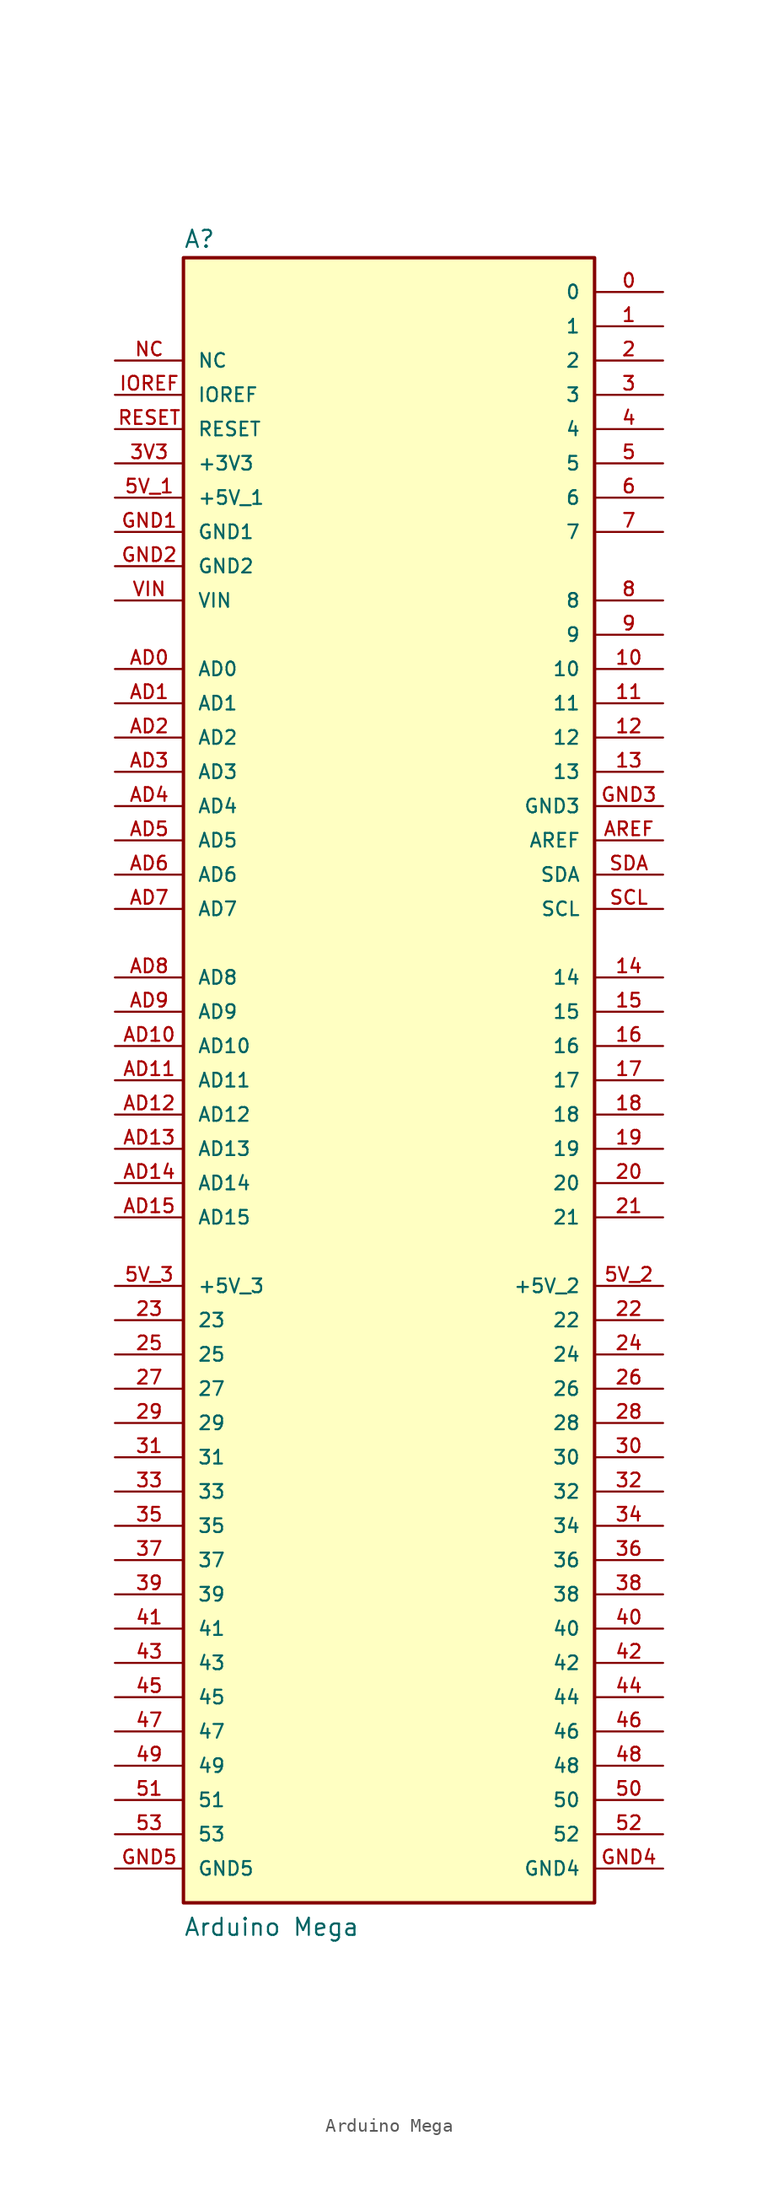
<source format=kicad_sym>
(kicad_symbol_lib
  (version 20220914)
  (generator kicad_symbol_editor)
  (symbol "Arduino Mega"
    (pin_names
      (offset 1.016))
    (property "Reference" "A"
      (at -15.24 61.595 0)
      (effects (font (size 1.27 1.27)) (justify left bottom)))
    (property "Value" "Arduino Mega"
      (at -15.24 -63.5 0)
      (effects (font (size 1.27 1.27)) (justify left bottom)))
    (symbol "Arduino Mega_0_0"
      (rectangle (start 15.24 -60.96) (end -15.24 60.96) (stroke (width 0.254) (type default)) (fill (type background)))
      (pin passive line (at 20.32 58.42 180) (length 5.08) (name "0" (effects (font (size 1.016 1.016)))) (number "0" (effects (font (size 1.016 1.016)))))
      (pin passive line (at 20.32 55.88 180) (length 5.08) (name "1" (effects (font (size 1.016 1.016)))) (number "1" (effects (font (size 1.016 1.016)))))
      (pin passive line (at 20.32 30.48 180) (length 5.08) (name "10" (effects (font (size 1.016 1.016)))) (number "10" (effects (font (size 1.016 1.016)))))
      (pin passive line (at 20.32 27.94 180) (length 5.08) (name "11" (effects (font (size 1.016 1.016)))) (number "11" (effects (font (size 1.016 1.016)))))
      (pin passive line (at 20.32 25.4 180) (length 5.08) (name "12" (effects (font (size 1.016 1.016)))) (number "12" (effects (font (size 1.016 1.016)))))
      (pin passive line (at 20.32 22.86 180) (length 5.08) (name "13" (effects (font (size 1.016 1.016)))) (number "13" (effects (font (size 1.016 1.016)))))
      (pin passive line (at 20.32 7.62 180) (length 5.08) (name "14" (effects (font (size 1.016 1.016)))) (number "14" (effects (font (size 1.016 1.016)))))
      (pin passive line (at 20.32 5.08 180) (length 5.08) (name "15" (effects (font (size 1.016 1.016)))) (number "15" (effects (font (size 1.016 1.016)))))
      (pin passive line (at 20.32 2.54 180) (length 5.08) (name "16" (effects (font (size 1.016 1.016)))) (number "16" (effects (font (size 1.016 1.016)))))
      (pin passive line (at 20.32 0 180) (length 5.08) (name "17" (effects (font (size 1.016 1.016)))) (number "17" (effects (font (size 1.016 1.016)))))
      (pin passive line (at 20.32 -2.54 180) (length 5.08) (name "18" (effects (font (size 1.016 1.016)))) (number "18" (effects (font (size 1.016 1.016)))))
      (pin passive line (at 20.32 -5.08 180) (length 5.08) (name "19" (effects (font (size 1.016 1.016)))) (number "19" (effects (font (size 1.016 1.016)))))
      (pin passive line (at 20.32 53.34 180) (length 5.08) (name "2" (effects (font (size 1.016 1.016)))) (number "2" (effects (font (size 1.016 1.016)))))
      (pin passive line (at 20.32 -7.62 180) (length 5.08) (name "20" (effects (font (size 1.016 1.016)))) (number "20" (effects (font (size 1.016 1.016)))))
      (pin passive line (at 20.32 -10.16 180) (length 5.08) (name "21" (effects (font (size 1.016 1.016)))) (number "21" (effects (font (size 1.016 1.016)))))
      (pin passive line (at 20.32 -17.78 180) (length 5.08) (name "22" (effects (font (size 1.016 1.016)))) (number "22" (effects (font (size 1.016 1.016)))))
      (pin passive line (at -20.32 -17.78 0) (length 5.08) (name "23" (effects (font (size 1.016 1.016)))) (number "23" (effects (font (size 1.016 1.016)))))
      (pin passive line (at 20.32 -20.32 180) (length 5.08) (name "24" (effects (font (size 1.016 1.016)))) (number "24" (effects (font (size 1.016 1.016)))))
      (pin passive line (at -20.32 -20.32 0) (length 5.08) (name "25" (effects (font (size 1.016 1.016)))) (number "25" (effects (font (size 1.016 1.016)))))
      (pin passive line (at 20.32 -22.86 180) (length 5.08) (name "26" (effects (font (size 1.016 1.016)))) (number "26" (effects (font (size 1.016 1.016)))))
      (pin passive line (at -20.32 -22.86 0) (length 5.08) (name "27" (effects (font (size 1.016 1.016)))) (number "27" (effects (font (size 1.016 1.016)))))
      (pin passive line (at 20.32 -25.4 180) (length 5.08) (name "28" (effects (font (size 1.016 1.016)))) (number "28" (effects (font (size 1.016 1.016)))))
      (pin passive line (at -20.32 -25.4 0) (length 5.08) (name "29" (effects (font (size 1.016 1.016)))) (number "29" (effects (font (size 1.016 1.016)))))
      (pin passive line (at 20.32 50.8 180) (length 5.08) (name "3" (effects (font (size 1.016 1.016)))) (number "3" (effects (font (size 1.016 1.016)))))
      (pin passive line (at 20.32 -27.94 180) (length 5.08) (name "30" (effects (font (size 1.016 1.016)))) (number "30" (effects (font (size 1.016 1.016)))))
      (pin passive line (at -20.32 -27.94 0) (length 5.08) (name "31" (effects (font (size 1.016 1.016)))) (number "31" (effects (font (size 1.016 1.016)))))
      (pin passive line (at 20.32 -30.48 180) (length 5.08) (name "32" (effects (font (size 1.016 1.016)))) (number "32" (effects (font (size 1.016 1.016)))))
      (pin passive line (at -20.32 -30.48 0) (length 5.08) (name "33" (effects (font (size 1.016 1.016)))) (number "33" (effects (font (size 1.016 1.016)))))
      (pin passive line (at 20.32 -33.02 180) (length 5.08) (name "34" (effects (font (size 1.016 1.016)))) (number "34" (effects (font (size 1.016 1.016)))))
      (pin passive line (at -20.32 -33.02 0) (length 5.08) (name "35" (effects (font (size 1.016 1.016)))) (number "35" (effects (font (size 1.016 1.016)))))
      (pin passive line (at 20.32 -35.56 180) (length 5.08) (name "36" (effects (font (size 1.016 1.016)))) (number "36" (effects (font (size 1.016 1.016)))))
      (pin passive line (at -20.32 -35.56 0) (length 5.08) (name "37" (effects (font (size 1.016 1.016)))) (number "37" (effects (font (size 1.016 1.016)))))
      (pin passive line (at 20.32 -38.1 180) (length 5.08) (name "38" (effects (font (size 1.016 1.016)))) (number "38" (effects (font (size 1.016 1.016)))))
      (pin passive line (at -20.32 -38.1 0) (length 5.08) (name "39" (effects (font (size 1.016 1.016)))) (number "39" (effects (font (size 1.016 1.016)))))
      (pin passive line (at -20.32 45.72 0) (length 5.08) (name "+3V3" (effects (font (size 1.016 1.016)))) (number "3V3" (effects (font (size 1.016 1.016)))))
      (pin passive line (at 20.32 48.26 180) (length 5.08) (name "4" (effects (font (size 1.016 1.016)))) (number "4" (effects (font (size 1.016 1.016)))))
      (pin passive line (at 20.32 -40.64 180) (length 5.08) (name "40" (effects (font (size 1.016 1.016)))) (number "40" (effects (font (size 1.016 1.016)))))
      (pin passive line (at -20.32 -40.64 0) (length 5.08) (name "41" (effects (font (size 1.016 1.016)))) (number "41" (effects (font (size 1.016 1.016)))))
      (pin passive line (at 20.32 -43.18 180) (length 5.08) (name "42" (effects (font (size 1.016 1.016)))) (number "42" (effects (font (size 1.016 1.016)))))
      (pin passive line (at -20.32 -43.18 0) (length 5.08) (name "43" (effects (font (size 1.016 1.016)))) (number "43" (effects (font (size 1.016 1.016)))))
      (pin passive line (at 20.32 -45.72 180) (length 5.08) (name "44" (effects (font (size 1.016 1.016)))) (number "44" (effects (font (size 1.016 1.016)))))
      (pin passive line (at -20.32 -45.72 0) (length 5.08) (name "45" (effects (font (size 1.016 1.016)))) (number "45" (effects (font (size 1.016 1.016)))))
      (pin passive line (at 20.32 -48.26 180) (length 5.08) (name "46" (effects (font (size 1.016 1.016)))) (number "46" (effects (font (size 1.016 1.016)))))
      (pin passive line (at -20.32 -48.26 0) (length 5.08) (name "47" (effects (font (size 1.016 1.016)))) (number "47" (effects (font (size 1.016 1.016)))))
      (pin passive line (at 20.32 -50.8 180) (length 5.08) (name "48" (effects (font (size 1.016 1.016)))) (number "48" (effects (font (size 1.016 1.016)))))
      (pin passive line (at -20.32 -50.8 0) (length 5.08) (name "49" (effects (font (size 1.016 1.016)))) (number "49" (effects (font (size 1.016 1.016)))))
      (pin passive line (at 20.32 45.72 180) (length 5.08) (name "5" (effects (font (size 1.016 1.016)))) (number "5" (effects (font (size 1.016 1.016)))))
      (pin passive line (at 20.32 -53.34 180) (length 5.08) (name "50" (effects (font (size 1.016 1.016)))) (number "50" (effects (font (size 1.016 1.016)))))
      (pin passive line (at -20.32 -53.34 0) (length 5.08) (name "51" (effects (font (size 1.016 1.016)))) (number "51" (effects (font (size 1.016 1.016)))))
      (pin passive line (at 20.32 -55.88 180) (length 5.08) (name "52" (effects (font (size 1.016 1.016)))) (number "52" (effects (font (size 1.016 1.016)))))
      (pin passive line (at -20.32 -55.88 0) (length 5.08) (name "53" (effects (font (size 1.016 1.016)))) (number "53" (effects (font (size 1.016 1.016)))))
      (pin passive line (at -20.32 43.18 0) (length 5.08) (name "+5V_1" (effects (font (size 1.016 1.016)))) (number "5V_1" (effects (font (size 1.016 1.016)))))
      (pin passive line (at 20.32 -15.24 180) (length 5.08) (name "+5V_2" (effects (font (size 1.016 1.016)))) (number "5V_2" (effects (font (size 1.016 1.016)))))
      (pin passive line (at -20.32 -15.24 0) (length 5.08) (name "+5V_3" (effects (font (size 1.016 1.016)))) (number "5V_3" (effects (font (size 1.016 1.016)))))
      (pin passive line (at 20.32 43.18 180) (length 5.08) (name "6" (effects (font (size 1.016 1.016)))) (number "6" (effects (font (size 1.016 1.016)))))
      (pin passive line (at 20.32 40.64 180) (length 5.08) (name "7" (effects (font (size 1.016 1.016)))) (number "7" (effects (font (size 1.016 1.016)))))
      (pin passive line (at 20.32 35.56 180) (length 5.08) (name "8" (effects (font (size 1.016 1.016)))) (number "8" (effects (font (size 1.016 1.016)))))
      (pin passive line (at 20.32 33.02 180) (length 5.08) (name "9" (effects (font (size 1.016 1.016)))) (number "9" (effects (font (size 1.016 1.016)))))
      (pin passive line (at -20.32 30.48 0) (length 5.08) (name "AD0" (effects (font (size 1.016 1.016)))) (number "AD0" (effects (font (size 1.016 1.016)))))
      (pin passive line (at -20.32 27.94 0) (length 5.08) (name "AD1" (effects (font (size 1.016 1.016)))) (number "AD1" (effects (font (size 1.016 1.016)))))
      (pin passive line (at -20.32 2.54 0) (length 5.08) (name "AD10" (effects (font (size 1.016 1.016)))) (number "AD10" (effects (font (size 1.016 1.016)))))
      (pin passive line (at -20.32 0 0) (length 5.08) (name "AD11" (effects (font (size 1.016 1.016)))) (number "AD11" (effects (font (size 1.016 1.016)))))
      (pin passive line (at -20.32 -2.54 0) (length 5.08) (name "AD12" (effects (font (size 1.016 1.016)))) (number "AD12" (effects (font (size 1.016 1.016)))))
      (pin passive line (at -20.32 -5.08 0) (length 5.08) (name "AD13" (effects (font (size 1.016 1.016)))) (number "AD13" (effects (font (size 1.016 1.016)))))
      (pin passive line (at -20.32 -7.62 0) (length 5.08) (name "AD14" (effects (font (size 1.016 1.016)))) (number "AD14" (effects (font (size 1.016 1.016)))))
      (pin passive line (at -20.32 -10.16 0) (length 5.08) (name "AD15" (effects (font (size 1.016 1.016)))) (number "AD15" (effects (font (size 1.016 1.016)))))
      (pin passive line (at -20.32 25.4 0) (length 5.08) (name "AD2" (effects (font (size 1.016 1.016)))) (number "AD2" (effects (font (size 1.016 1.016)))))
      (pin passive line (at -20.32 22.86 0) (length 5.08) (name "AD3" (effects (font (size 1.016 1.016)))) (number "AD3" (effects (font (size 1.016 1.016)))))
      (pin passive line (at -20.32 20.32 0) (length 5.08) (name "AD4" (effects (font (size 1.016 1.016)))) (number "AD4" (effects (font (size 1.016 1.016)))))
      (pin passive line (at -20.32 17.78 0) (length 5.08) (name "AD5" (effects (font (size 1.016 1.016)))) (number "AD5" (effects (font (size 1.016 1.016)))))
      (pin passive line (at -20.32 15.24 0) (length 5.08) (name "AD6" (effects (font (size 1.016 1.016)))) (number "AD6" (effects (font (size 1.016 1.016)))))
      (pin passive line (at -20.32 12.7 0) (length 5.08) (name "AD7" (effects (font (size 1.016 1.016)))) (number "AD7" (effects (font (size 1.016 1.016)))))
      (pin passive line (at -20.32 7.62 0) (length 5.08) (name "AD8" (effects (font (size 1.016 1.016)))) (number "AD8" (effects (font (size 1.016 1.016)))))
      (pin passive line (at -20.32 5.08 0) (length 5.08) (name "AD9" (effects (font (size 1.016 1.016)))) (number "AD9" (effects (font (size 1.016 1.016)))))
      (pin passive line (at 20.32 17.78 180) (length 5.08) (name "AREF" (effects (font (size 1.016 1.016)))) (number "AREF" (effects (font (size 1.016 1.016)))))
      (pin passive line (at -20.32 40.64 0) (length 5.08) (name "GND1" (effects (font (size 1.016 1.016)))) (number "GND1" (effects (font (size 1.016 1.016)))))
      (pin passive line (at -20.32 38.1 0) (length 5.08) (name "GND2" (effects (font (size 1.016 1.016)))) (number "GND2" (effects (font (size 1.016 1.016)))))
      (pin passive line (at 20.32 20.32 180) (length 5.08) (name "GND3" (effects (font (size 1.016 1.016)))) (number "GND3" (effects (font (size 1.016 1.016)))))
      (pin passive line (at 20.32 -58.42 180) (length 5.08) (name "GND4" (effects (font (size 1.016 1.016)))) (number "GND4" (effects (font (size 1.016 1.016)))))
      (pin passive line (at -20.32 -58.42 0) (length 5.08) (name "GND5" (effects (font (size 1.016 1.016)))) (number "GND5" (effects (font (size 1.016 1.016)))))
      (pin passive line (at -20.32 50.8 0) (length 5.08) (name "IOREF" (effects (font (size 1.016 1.016)))) (number "IOREF" (effects (font (size 1.016 1.016)))))
      (pin passive line (at -20.32 53.34 0) (length 5.08) (name "NC" (effects (font (size 1.016 1.016)))) (number "NC" (effects (font (size 1.016 1.016)))))
      (pin passive line (at -20.32 48.26 0) (length 5.08) (name "RESET" (effects (font (size 1.016 1.016)))) (number "RESET" (effects (font (size 1.016 1.016)))))
      (pin passive line (at 20.32 12.7 180) (length 5.08) (name "SCL" (effects (font (size 1.016 1.016)))) (number "SCL" (effects (font (size 1.016 1.016)))))
      (pin passive line (at 20.32 15.24 180) (length 5.08) (name "SDA" (effects (font (size 1.016 1.016)))) (number "SDA" (effects (font (size 1.016 1.016)))))
      (pin passive line (at -20.32 35.56 0) (length 5.08) (name "VIN" (effects (font (size 1.016 1.016)))) (number "VIN" (effects (font (size 1.016 1.016))))))))
</source>
